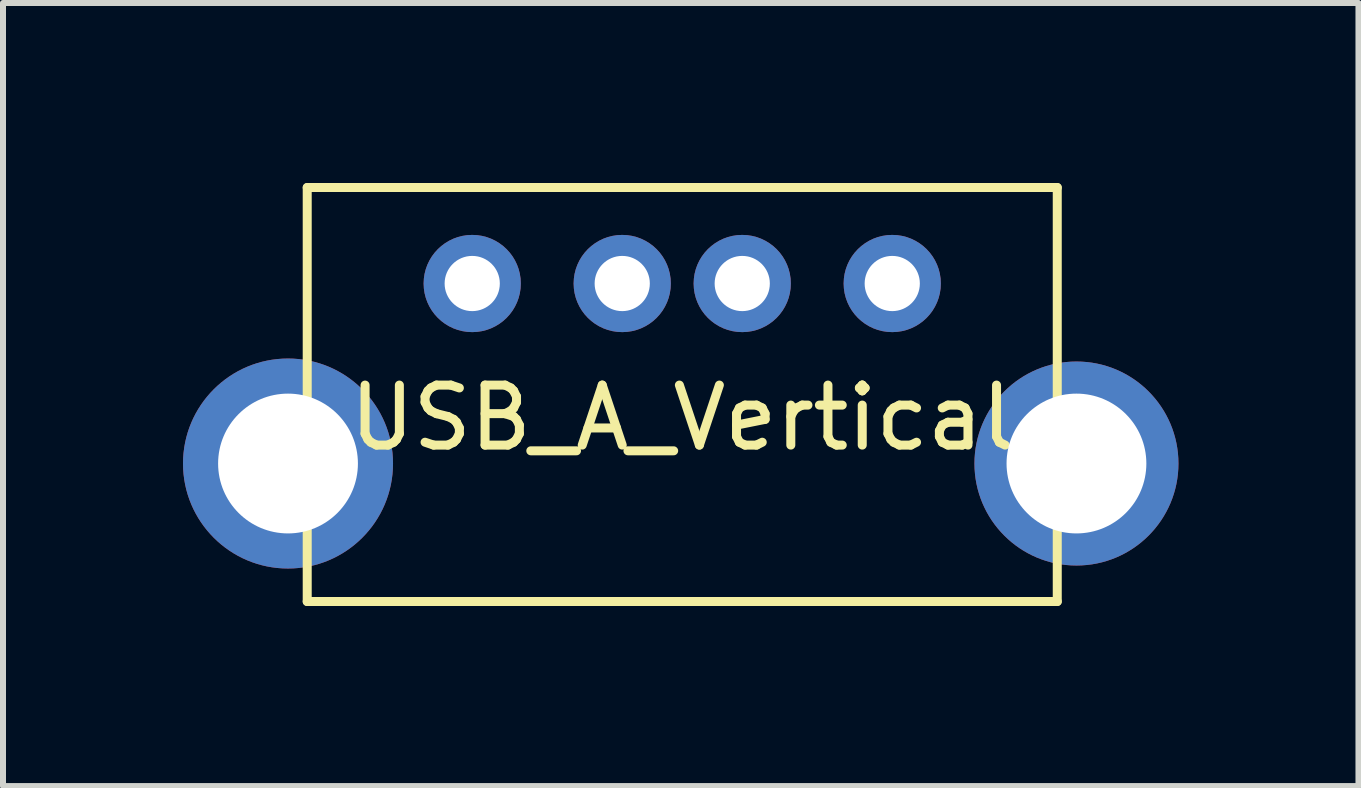
<source format=kicad_pcb>
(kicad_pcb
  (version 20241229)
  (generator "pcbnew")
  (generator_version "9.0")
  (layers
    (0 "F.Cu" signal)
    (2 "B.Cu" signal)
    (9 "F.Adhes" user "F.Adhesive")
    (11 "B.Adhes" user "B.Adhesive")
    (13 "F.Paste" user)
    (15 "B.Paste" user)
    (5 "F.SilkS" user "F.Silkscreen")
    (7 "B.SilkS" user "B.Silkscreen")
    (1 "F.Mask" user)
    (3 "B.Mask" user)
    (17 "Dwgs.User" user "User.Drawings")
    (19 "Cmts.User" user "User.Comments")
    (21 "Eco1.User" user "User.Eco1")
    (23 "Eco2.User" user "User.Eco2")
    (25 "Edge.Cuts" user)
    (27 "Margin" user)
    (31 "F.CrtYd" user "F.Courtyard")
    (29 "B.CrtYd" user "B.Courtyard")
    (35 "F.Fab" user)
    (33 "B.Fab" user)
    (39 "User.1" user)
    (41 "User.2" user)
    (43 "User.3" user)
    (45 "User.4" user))
  (footprint "USB_A_Vertical"
    (layer "F.Cu")
    (at 8.32 4.675)
    (property "Reference" "USB_A_Vertical" (at 0 -0.762 0) (layer "F.SilkS") (effects (font (size 1 1) (thickness 0.15))))
    (attr through_hole)
    (fp_line (start -6.25 -4.6) (end -6.25 2.3) (stroke (width 0.15) (type solid)) (layer "F.SilkS"))
    (fp_line (start -6.25 -4.6) (end 6.25 -4.6) (stroke (width 0.15) (type solid)) (layer "F.SilkS"))
    (fp_line (start 6.25 -4.6) (end 6.25 2.3) (stroke (width 0.15) (type solid)) (layer "F.SilkS"))
    (fp_line (start 6.25 2.3) (end -6.25 2.3) (stroke (width 0.15) (type solid)) (layer "F.SilkS"))
    (pad "1" thru_hole circle (at -3.5 -3 90) (size 1.62 1.62) (drill 0.92) (layers "*.Cu" "*.Mask"))
    (pad "2" thru_hole circle (at -1 -3 90) (size 1.62 1.62) (drill 0.92) (layers "*.Cu" "*.Mask"))
    (pad "3" thru_hole circle (at 1 -3 90) (size 1.62 1.62) (drill 0.92) (layers "*.Cu" "*.Mask"))
    (pad "4" thru_hole circle (at 3.5 -3 90) (size 1.62 1.62) (drill 0.92) (layers "*.Cu" "*.Mask"))
    (pad "5" thru_hole circle (at -6.57 0 90) (size 3.5 3.5) (drill 2.33) (layers "*.Cu" "*.Mask"))
    (pad "5" thru_hole circle (at 6.57 0 90) (size 3.4 3.4) (drill 2.33) (layers "*.Cu" "*.Mask")))
  (gr_rect
    (start -3 -3)
    (end 19.59 10.05)
    (stroke (width 0.1) (type default))
    (fill no)
    (layer "Edge.Cuts")))
</source>
